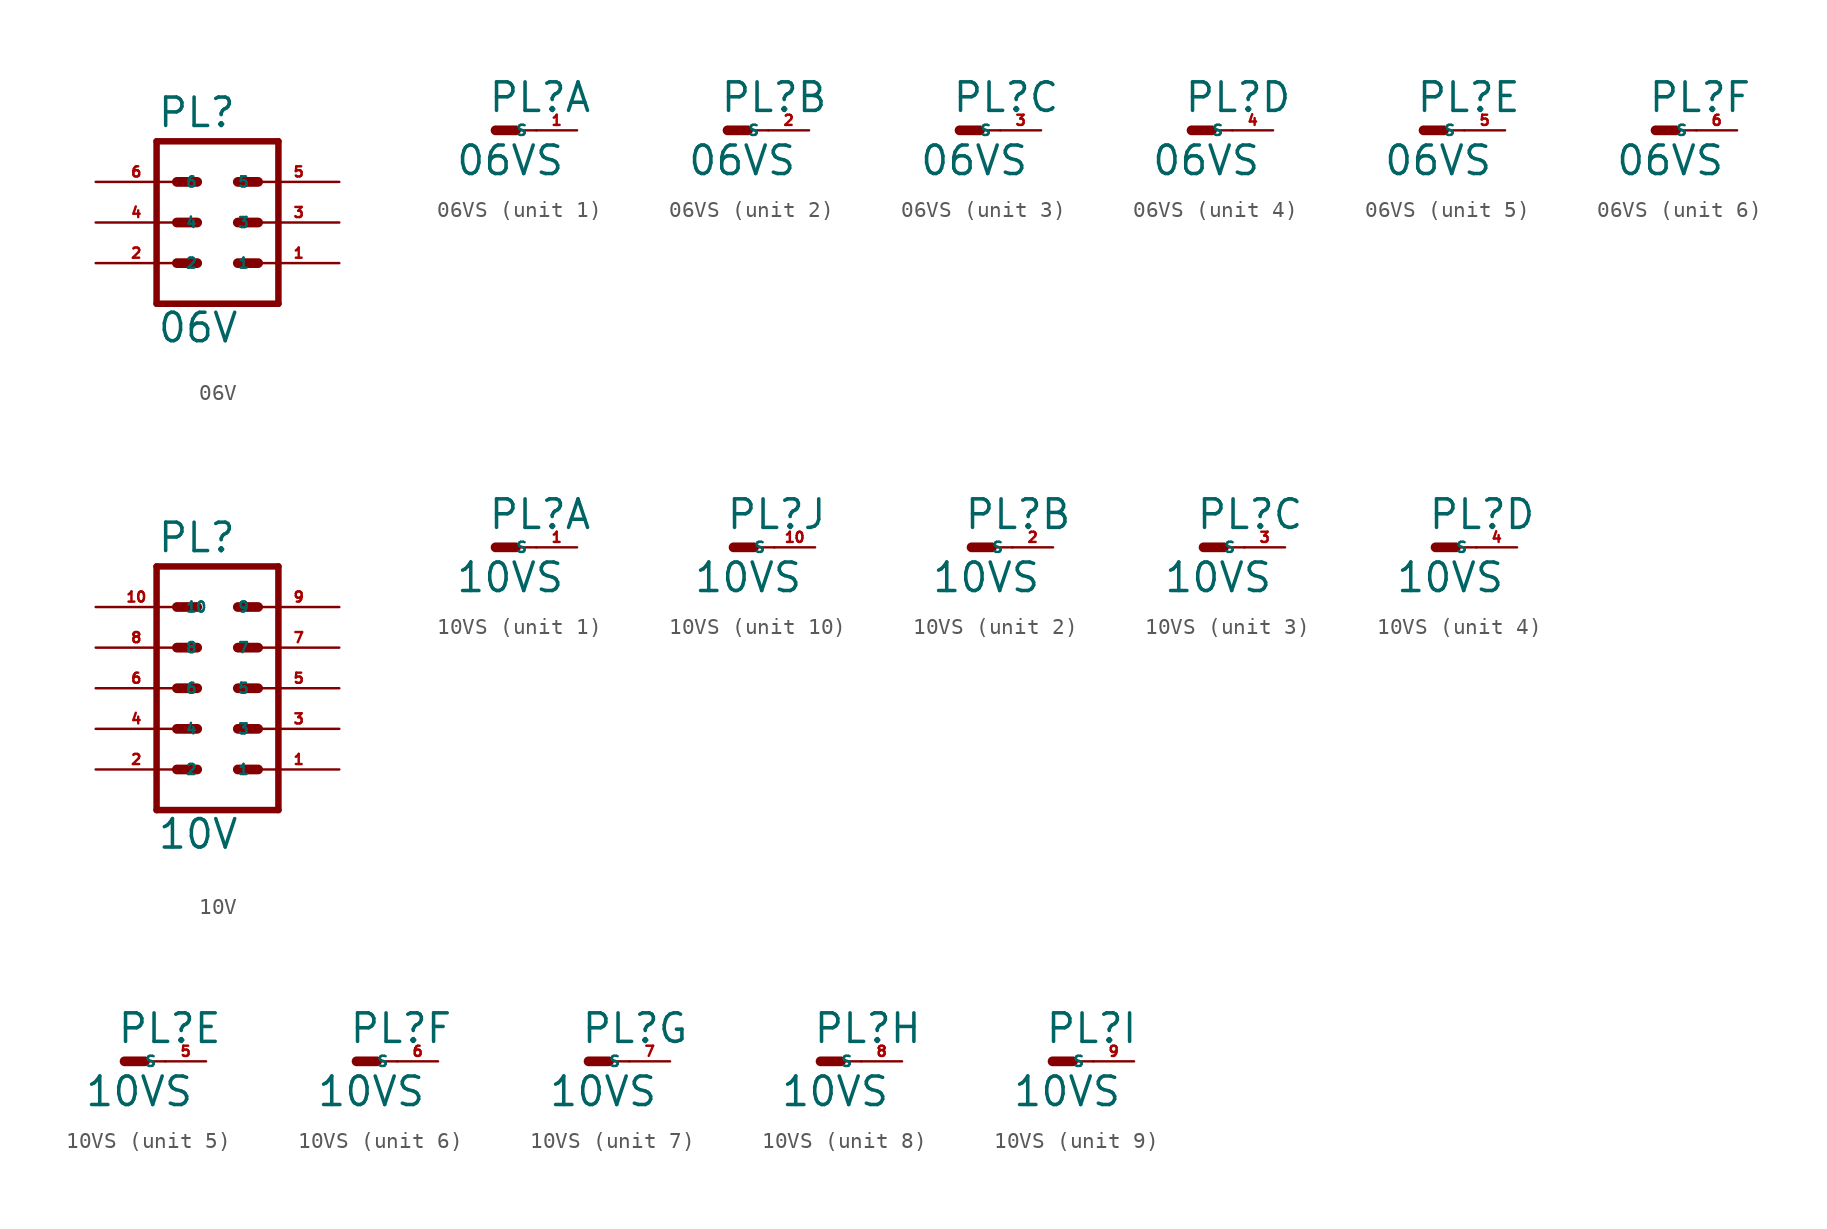
<source format=kicad_sym>
(kicad_symbol_lib
  (version 20220914)
  (generator Eagle2Kicad)
  (symbol "06V"
    (property "Reference" "PL"
      (at -3.81 5.842 0)
      (effects (font (size 1.778 1.778) (thickness 0.22)) (justify left bottom)))
    (property "Value" "06V"
      (at -3.81 -7.62 0)
      (effects (font (size 1.778 1.778) (thickness 0.22)) (justify left bottom)))
    (polyline
      (pts (xy 3.81 -5.08) (xy -3.81 -5.08))
      (stroke (width 0.406) (type default))
      (fill (type none)))
    (polyline
      (pts (xy -3.81 5.08) (xy -3.81 -5.08))
      (stroke (width 0.406) (type default))
      (fill (type none)))
    (polyline
      (pts (xy 3.81 -5.08) (xy 3.81 5.08))
      (stroke (width 0.406) (type default))
      (fill (type none)))
    (polyline
      (pts (xy -3.81 5.08) (xy 3.81 5.08))
      (stroke (width 0.406) (type default))
      (fill (type none)))
    (polyline
      (pts (xy 1.27 2.54) (xy 2.54 2.54))
      (stroke (width 0.61) (type default))
      (fill (type none)))
    (polyline
      (pts (xy 1.27 0) (xy 2.54 0))
      (stroke (width 0.61) (type default))
      (fill (type none)))
    (polyline
      (pts (xy 1.27 -2.54) (xy 2.54 -2.54))
      (stroke (width 0.61) (type default))
      (fill (type none)))
    (polyline
      (pts (xy -2.54 2.54) (xy -1.27 2.54))
      (stroke (width 0.61) (type default))
      (fill (type none)))
    (polyline
      (pts (xy -2.54 0) (xy -1.27 0))
      (stroke (width 0.61) (type default))
      (fill (type none)))
    (polyline
      (pts (xy -2.54 -2.54) (xy -1.27 -2.54))
      (stroke (width 0.61) (type default))
      (fill (type none)))
    (pin passive line
      (at 7.62 -2.54 180)
      (length 5.08)
      (name "1" (effects (font (size 0.635 0.635) (thickness 0.08)) (justify left bottom)))
      (number "1" (effects (font (size 0.635 0.635) (thickness 0.08)) (justify left bottom))))
    (pin passive line
      (at 7.62 0 180)
      (length 5.08)
      (name "3" (effects (font (size 0.635 0.635) (thickness 0.08)) (justify left bottom)))
      (number "3" (effects (font (size 0.635 0.635) (thickness 0.08)) (justify left bottom))))
    (pin passive line
      (at 7.62 2.54 180)
      (length 5.08)
      (name "5" (effects (font (size 0.635 0.635) (thickness 0.08)) (justify left bottom)))
      (number "5" (effects (font (size 0.635 0.635) (thickness 0.08)) (justify left bottom))))
    (pin passive line
      (at -7.62 -2.54 0)
      (length 5.08)
      (name "2" (effects (font (size 0.635 0.635) (thickness 0.08)) (justify left bottom)))
      (number "2" (effects (font (size 0.635 0.635) (thickness 0.08)) (justify left bottom))))
    (pin passive line
      (at -7.62 0 0)
      (length 5.08)
      (name "4" (effects (font (size 0.635 0.635) (thickness 0.08)) (justify left bottom)))
      (number "4" (effects (font (size 0.635 0.635) (thickness 0.08)) (justify left bottom))))
    (pin passive line
      (at -7.62 2.54 0)
      (length 5.08)
      (name "6" (effects (font (size 0.635 0.635) (thickness 0.08)) (justify left bottom)))
      (number "6" (effects (font (size 0.635 0.635) (thickness 0.08)) (justify left bottom)))))
  (symbol "06VS"
    (property "Reference" "PL"
      (at -0.508 1.016 0)
      (effects (font (size 1.778 1.778) (thickness 0.22)) (justify left bottom)))
    (property "Value" "06VS"
      (at -2.54 -2.921 0)
      (effects (font (size 1.778 1.778) (thickness 0.22)) (justify left bottom)))
    (symbol "06VS_1_0"
      (polyline (pts (xy 0 0) (xy 1.27 0)) (stroke (width 0.61) (type default)) (fill (type none)))
      (polyline (pts (xy 2.54 0) (xy 1.27 0)) (stroke (width 0.152) (type default)) (fill (type none)))
      (pin passive line (at 5.08 0 180) (length 2.54) (name "S" (effects (font (size 0.635 0.635) (thickness 0.08)) (justify left bottom))) (number "1" (effects (font (size 0.635 0.635) (thickness 0.08)) (justify left bottom)))))
    (symbol "06VS_2_0"
      (polyline (pts (xy 0 0) (xy 1.27 0)) (stroke (width 0.61) (type default)) (fill (type none)))
      (polyline (pts (xy 2.54 0) (xy 1.27 0)) (stroke (width 0.152) (type default)) (fill (type none)))
      (pin passive line (at 5.08 0 180) (length 2.54) (name "S" (effects (font (size 0.635 0.635) (thickness 0.08)) (justify left bottom))) (number "2" (effects (font (size 0.635 0.635) (thickness 0.08)) (justify left bottom)))))
    (symbol "06VS_3_0"
      (polyline (pts (xy 0 0) (xy 1.27 0)) (stroke (width 0.61) (type default)) (fill (type none)))
      (polyline (pts (xy 2.54 0) (xy 1.27 0)) (stroke (width 0.152) (type default)) (fill (type none)))
      (pin passive line (at 5.08 0 180) (length 2.54) (name "S" (effects (font (size 0.635 0.635) (thickness 0.08)) (justify left bottom))) (number "3" (effects (font (size 0.635 0.635) (thickness 0.08)) (justify left bottom)))))
    (symbol "06VS_4_0"
      (polyline (pts (xy 0 0) (xy 1.27 0)) (stroke (width 0.61) (type default)) (fill (type none)))
      (polyline (pts (xy 2.54 0) (xy 1.27 0)) (stroke (width 0.152) (type default)) (fill (type none)))
      (pin passive line (at 5.08 0 180) (length 2.54) (name "S" (effects (font (size 0.635 0.635) (thickness 0.08)) (justify left bottom))) (number "4" (effects (font (size 0.635 0.635) (thickness 0.08)) (justify left bottom)))))
    (symbol "06VS_5_0"
      (polyline (pts (xy 0 0) (xy 1.27 0)) (stroke (width 0.61) (type default)) (fill (type none)))
      (polyline (pts (xy 2.54 0) (xy 1.27 0)) (stroke (width 0.152) (type default)) (fill (type none)))
      (pin passive line (at 5.08 0 180) (length 2.54) (name "S" (effects (font (size 0.635 0.635) (thickness 0.08)) (justify left bottom))) (number "5" (effects (font (size 0.635 0.635) (thickness 0.08)) (justify left bottom)))))
    (symbol "06VS_6_0"
      (polyline (pts (xy 0 0) (xy 1.27 0)) (stroke (width 0.61) (type default)) (fill (type none)))
      (polyline (pts (xy 2.54 0) (xy 1.27 0)) (stroke (width 0.152) (type default)) (fill (type none)))
      (pin passive line (at 5.08 0 180) (length 2.54) (name "S" (effects (font (size 0.635 0.635) (thickness 0.08)) (justify left bottom))) (number "6" (effects (font (size 0.635 0.635) (thickness 0.08)) (justify left bottom))))))
  (symbol "10V"
    (property "Reference" "PL"
      (at -3.81 8.382 0)
      (effects (font (size 1.778 1.778) (thickness 0.22)) (justify left bottom)))
    (property "Value" "10V"
      (at -3.81 -10.16 0)
      (effects (font (size 1.778 1.778) (thickness 0.22)) (justify left bottom)))
    (polyline
      (pts (xy 3.81 -7.62) (xy -3.81 -7.62))
      (stroke (width 0.406) (type default))
      (fill (type none)))
    (polyline
      (pts (xy -3.81 7.62) (xy -3.81 -7.62))
      (stroke (width 0.406) (type default))
      (fill (type none)))
    (polyline
      (pts (xy 3.81 -7.62) (xy 3.81 7.62))
      (stroke (width 0.406) (type default))
      (fill (type none)))
    (polyline
      (pts (xy -3.81 7.62) (xy 3.81 7.62))
      (stroke (width 0.406) (type default))
      (fill (type none)))
    (polyline
      (pts (xy 1.27 5.08) (xy 2.54 5.08))
      (stroke (width 0.61) (type default))
      (fill (type none)))
    (polyline
      (pts (xy 1.27 2.54) (xy 2.54 2.54))
      (stroke (width 0.61) (type default))
      (fill (type none)))
    (polyline
      (pts (xy 1.27 0) (xy 2.54 0))
      (stroke (width 0.61) (type default))
      (fill (type none)))
    (polyline
      (pts (xy 1.27 -2.54) (xy 2.54 -2.54))
      (stroke (width 0.61) (type default))
      (fill (type none)))
    (polyline
      (pts (xy 1.27 -5.08) (xy 2.54 -5.08))
      (stroke (width 0.61) (type default))
      (fill (type none)))
    (polyline
      (pts (xy -2.54 5.08) (xy -1.27 5.08))
      (stroke (width 0.61) (type default))
      (fill (type none)))
    (polyline
      (pts (xy -2.54 2.54) (xy -1.27 2.54))
      (stroke (width 0.61) (type default))
      (fill (type none)))
    (polyline
      (pts (xy -2.54 0) (xy -1.27 0))
      (stroke (width 0.61) (type default))
      (fill (type none)))
    (polyline
      (pts (xy -2.54 -2.54) (xy -1.27 -2.54))
      (stroke (width 0.61) (type default))
      (fill (type none)))
    (polyline
      (pts (xy -2.54 -5.08) (xy -1.27 -5.08))
      (stroke (width 0.61) (type default))
      (fill (type none)))
    (pin passive line
      (at 7.62 -5.08 180)
      (length 5.08)
      (name "1" (effects (font (size 0.635 0.635) (thickness 0.08)) (justify left bottom)))
      (number "1" (effects (font (size 0.635 0.635) (thickness 0.08)) (justify left bottom))))
    (pin passive line
      (at 7.62 -2.54 180)
      (length 5.08)
      (name "3" (effects (font (size 0.635 0.635) (thickness 0.08)) (justify left bottom)))
      (number "3" (effects (font (size 0.635 0.635) (thickness 0.08)) (justify left bottom))))
    (pin passive line
      (at 7.62 0 180)
      (length 5.08)
      (name "5" (effects (font (size 0.635 0.635) (thickness 0.08)) (justify left bottom)))
      (number "5" (effects (font (size 0.635 0.635) (thickness 0.08)) (justify left bottom))))
    (pin passive line
      (at 7.62 2.54 180)
      (length 5.08)
      (name "7" (effects (font (size 0.635 0.635) (thickness 0.08)) (justify left bottom)))
      (number "7" (effects (font (size 0.635 0.635) (thickness 0.08)) (justify left bottom))))
    (pin passive line
      (at 7.62 5.08 180)
      (length 5.08)
      (name "9" (effects (font (size 0.635 0.635) (thickness 0.08)) (justify left bottom)))
      (number "9" (effects (font (size 0.635 0.635) (thickness 0.08)) (justify left bottom))))
    (pin passive line
      (at -7.62 -5.08 0)
      (length 5.08)
      (name "2" (effects (font (size 0.635 0.635) (thickness 0.08)) (justify left bottom)))
      (number "2" (effects (font (size 0.635 0.635) (thickness 0.08)) (justify left bottom))))
    (pin passive line
      (at -7.62 -2.54 0)
      (length 5.08)
      (name "4" (effects (font (size 0.635 0.635) (thickness 0.08)) (justify left bottom)))
      (number "4" (effects (font (size 0.635 0.635) (thickness 0.08)) (justify left bottom))))
    (pin passive line
      (at -7.62 0 0)
      (length 5.08)
      (name "6" (effects (font (size 0.635 0.635) (thickness 0.08)) (justify left bottom)))
      (number "6" (effects (font (size 0.635 0.635) (thickness 0.08)) (justify left bottom))))
    (pin passive line
      (at -7.62 2.54 0)
      (length 5.08)
      (name "8" (effects (font (size 0.635 0.635) (thickness 0.08)) (justify left bottom)))
      (number "8" (effects (font (size 0.635 0.635) (thickness 0.08)) (justify left bottom))))
    (pin passive line
      (at -7.62 5.08 0)
      (length 5.08)
      (name "10" (effects (font (size 0.635 0.635) (thickness 0.08)) (justify left bottom)))
      (number "10" (effects (font (size 0.635 0.635) (thickness 0.08)) (justify left bottom)))))
  (symbol "10VS"
    (property "Reference" "PL"
      (at -0.508 1.016 0)
      (effects (font (size 1.778 1.778) (thickness 0.22)) (justify left bottom)))
    (property "Value" "10VS"
      (at -2.54 -2.921 0)
      (effects (font (size 1.778 1.778) (thickness 0.22)) (justify left bottom)))
    (symbol "10VS_1_0"
      (polyline (pts (xy 0 0) (xy 1.27 0)) (stroke (width 0.61) (type default)) (fill (type none)))
      (polyline (pts (xy 2.54 0) (xy 1.27 0)) (stroke (width 0.152) (type default)) (fill (type none)))
      (pin passive line (at 5.08 0 180) (length 2.54) (name "S" (effects (font (size 0.635 0.635) (thickness 0.08)) (justify left bottom))) (number "1" (effects (font (size 0.635 0.635) (thickness 0.08)) (justify left bottom)))))
    (symbol "10VS_2_0"
      (polyline (pts (xy 0 0) (xy 1.27 0)) (stroke (width 0.61) (type default)) (fill (type none)))
      (polyline (pts (xy 2.54 0) (xy 1.27 0)) (stroke (width 0.152) (type default)) (fill (type none)))
      (pin passive line (at 5.08 0 180) (length 2.54) (name "S" (effects (font (size 0.635 0.635) (thickness 0.08)) (justify left bottom))) (number "2" (effects (font (size 0.635 0.635) (thickness 0.08)) (justify left bottom)))))
    (symbol "10VS_3_0"
      (polyline (pts (xy 0 0) (xy 1.27 0)) (stroke (width 0.61) (type default)) (fill (type none)))
      (polyline (pts (xy 2.54 0) (xy 1.27 0)) (stroke (width 0.152) (type default)) (fill (type none)))
      (pin passive line (at 5.08 0 180) (length 2.54) (name "S" (effects (font (size 0.635 0.635) (thickness 0.08)) (justify left bottom))) (number "3" (effects (font (size 0.635 0.635) (thickness 0.08)) (justify left bottom)))))
    (symbol "10VS_4_0"
      (polyline (pts (xy 0 0) (xy 1.27 0)) (stroke (width 0.61) (type default)) (fill (type none)))
      (polyline (pts (xy 2.54 0) (xy 1.27 0)) (stroke (width 0.152) (type default)) (fill (type none)))
      (pin passive line (at 5.08 0 180) (length 2.54) (name "S" (effects (font (size 0.635 0.635) (thickness 0.08)) (justify left bottom))) (number "4" (effects (font (size 0.635 0.635) (thickness 0.08)) (justify left bottom)))))
    (symbol "10VS_5_0"
      (polyline (pts (xy 0 0) (xy 1.27 0)) (stroke (width 0.61) (type default)) (fill (type none)))
      (polyline (pts (xy 2.54 0) (xy 1.27 0)) (stroke (width 0.152) (type default)) (fill (type none)))
      (pin passive line (at 5.08 0 180) (length 2.54) (name "S" (effects (font (size 0.635 0.635) (thickness 0.08)) (justify left bottom))) (number "5" (effects (font (size 0.635 0.635) (thickness 0.08)) (justify left bottom)))))
    (symbol "10VS_6_0"
      (polyline (pts (xy 0 0) (xy 1.27 0)) (stroke (width 0.61) (type default)) (fill (type none)))
      (polyline (pts (xy 2.54 0) (xy 1.27 0)) (stroke (width 0.152) (type default)) (fill (type none)))
      (pin passive line (at 5.08 0 180) (length 2.54) (name "S" (effects (font (size 0.635 0.635) (thickness 0.08)) (justify left bottom))) (number "6" (effects (font (size 0.635 0.635) (thickness 0.08)) (justify left bottom)))))
    (symbol "10VS_7_0"
      (polyline (pts (xy 0 0) (xy 1.27 0)) (stroke (width 0.61) (type default)) (fill (type none)))
      (polyline (pts (xy 2.54 0) (xy 1.27 0)) (stroke (width 0.152) (type default)) (fill (type none)))
      (pin passive line (at 5.08 0 180) (length 2.54) (name "S" (effects (font (size 0.635 0.635) (thickness 0.08)) (justify left bottom))) (number "7" (effects (font (size 0.635 0.635) (thickness 0.08)) (justify left bottom)))))
    (symbol "10VS_8_0"
      (polyline (pts (xy 0 0) (xy 1.27 0)) (stroke (width 0.61) (type default)) (fill (type none)))
      (polyline (pts (xy 2.54 0) (xy 1.27 0)) (stroke (width 0.152) (type default)) (fill (type none)))
      (pin passive line (at 5.08 0 180) (length 2.54) (name "S" (effects (font (size 0.635 0.635) (thickness 0.08)) (justify left bottom))) (number "8" (effects (font (size 0.635 0.635) (thickness 0.08)) (justify left bottom)))))
    (symbol "10VS_9_0"
      (polyline (pts (xy 0 0) (xy 1.27 0)) (stroke (width 0.61) (type default)) (fill (type none)))
      (polyline (pts (xy 2.54 0) (xy 1.27 0)) (stroke (width 0.152) (type default)) (fill (type none)))
      (pin passive line (at 5.08 0 180) (length 2.54) (name "S" (effects (font (size 0.635 0.635) (thickness 0.08)) (justify left bottom))) (number "9" (effects (font (size 0.635 0.635) (thickness 0.08)) (justify left bottom)))))
    (symbol "10VS_10_0"
      (polyline (pts (xy 0 0) (xy 1.27 0)) (stroke (width 0.61) (type default)) (fill (type none)))
      (polyline (pts (xy 2.54 0) (xy 1.27 0)) (stroke (width 0.152) (type default)) (fill (type none)))
      (pin passive line (at 5.08 0 180) (length 2.54) (name "S" (effects (font (size 0.635 0.635) (thickness 0.08)) (justify left bottom))) (number "10" (effects (font (size 0.635 0.635) (thickness 0.08)) (justify left bottom)))))))
</source>
